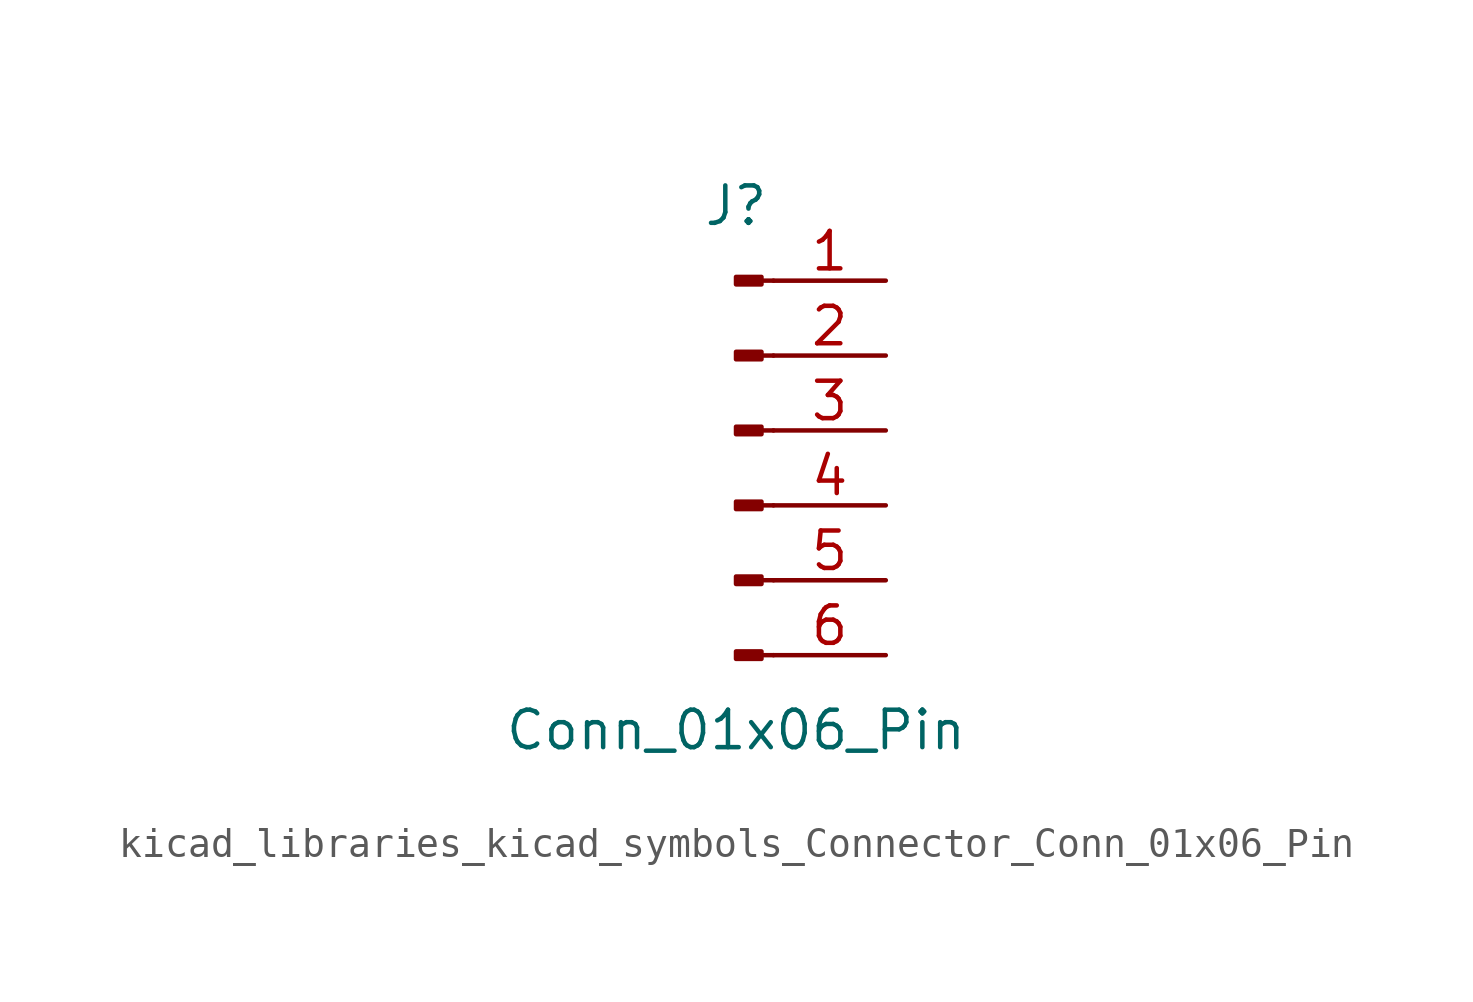
<source format=kicad_sym>
(kicad_symbol_lib
  (version 20220914)
  (generator kicad_symbol_editor)
  (symbol "kicad_libraries_kicad_symbols_Connector_Conn_01x06_Pin"
    (pin_names
      (offset 1.016) hide)
    (property "Reference" "J"
      (at 0 7.62 0)
      (effects (font (size 1.27 1.27))))
    (property "Value" "Conn_01x06_Pin"
      (at 0 -10.16 0)
      (effects (font (size 1.27 1.27))))
    (property "ki_locked" ""
      (at 0 0 0)
      (effects (font (size 1.27 1.27))))
    (symbol "kicad_libraries_kicad_symbols_Connector_Conn_01x06_Pin_1_1"
      (polyline (pts (xy 1.27 -7.62) (xy 0.864 -7.62)) (stroke (width 0.152) (type default)) (fill (type none)))
      (polyline (pts (xy 1.27 -5.08) (xy 0.864 -5.08)) (stroke (width 0.152) (type default)) (fill (type none)))
      (polyline (pts (xy 1.27 -2.54) (xy 0.864 -2.54)) (stroke (width 0.152) (type default)) (fill (type none)))
      (polyline (pts (xy 1.27 0) (xy 0.864 0)) (stroke (width 0.152) (type default)) (fill (type none)))
      (polyline (pts (xy 1.27 2.54) (xy 0.864 2.54)) (stroke (width 0.152) (type default)) (fill (type none)))
      (polyline (pts (xy 1.27 5.08) (xy 0.864 5.08)) (stroke (width 0.152) (type default)) (fill (type none)))
      (rectangle (start 0.864 -7.493) (end 0 -7.747) (stroke (width 0.152) (type default)) (fill (type outline)))
      (rectangle (start 0.864 -4.953) (end 0 -5.207) (stroke (width 0.152) (type default)) (fill (type outline)))
      (rectangle (start 0.864 -2.413) (end 0 -2.667) (stroke (width 0.152) (type default)) (fill (type outline)))
      (rectangle (start 0.864 0.127) (end 0 -0.127) (stroke (width 0.152) (type default)) (fill (type outline)))
      (rectangle (start 0.864 2.667) (end 0 2.413) (stroke (width 0.152) (type default)) (fill (type outline)))
      (rectangle (start 0.864 5.207) (end 0 4.953) (stroke (width 0.152) (type default)) (fill (type outline)))
      (pin passive line (at 5.08 5.08 180) (length 3.81) (name "Pin_1" (effects (font (size 1.27 1.27)))) (number "1" (effects (font (size 1.27 1.27)))))
      (pin passive line (at 5.08 2.54 180) (length 3.81) (name "Pin_2" (effects (font (size 1.27 1.27)))) (number "2" (effects (font (size 1.27 1.27)))))
      (pin passive line (at 5.08 0 180) (length 3.81) (name "Pin_3" (effects (font (size 1.27 1.27)))) (number "3" (effects (font (size 1.27 1.27)))))
      (pin passive line (at 5.08 -2.54 180) (length 3.81) (name "Pin_4" (effects (font (size 1.27 1.27)))) (number "4" (effects (font (size 1.27 1.27)))))
      (pin passive line (at 5.08 -5.08 180) (length 3.81) (name "Pin_5" (effects (font (size 1.27 1.27)))) (number "5" (effects (font (size 1.27 1.27)))))
      (pin passive line (at 5.08 -7.62 180) (length 3.81) (name "Pin_6" (effects (font (size 1.27 1.27)))) (number "6" (effects (font (size 1.27 1.27))))))))
</source>
